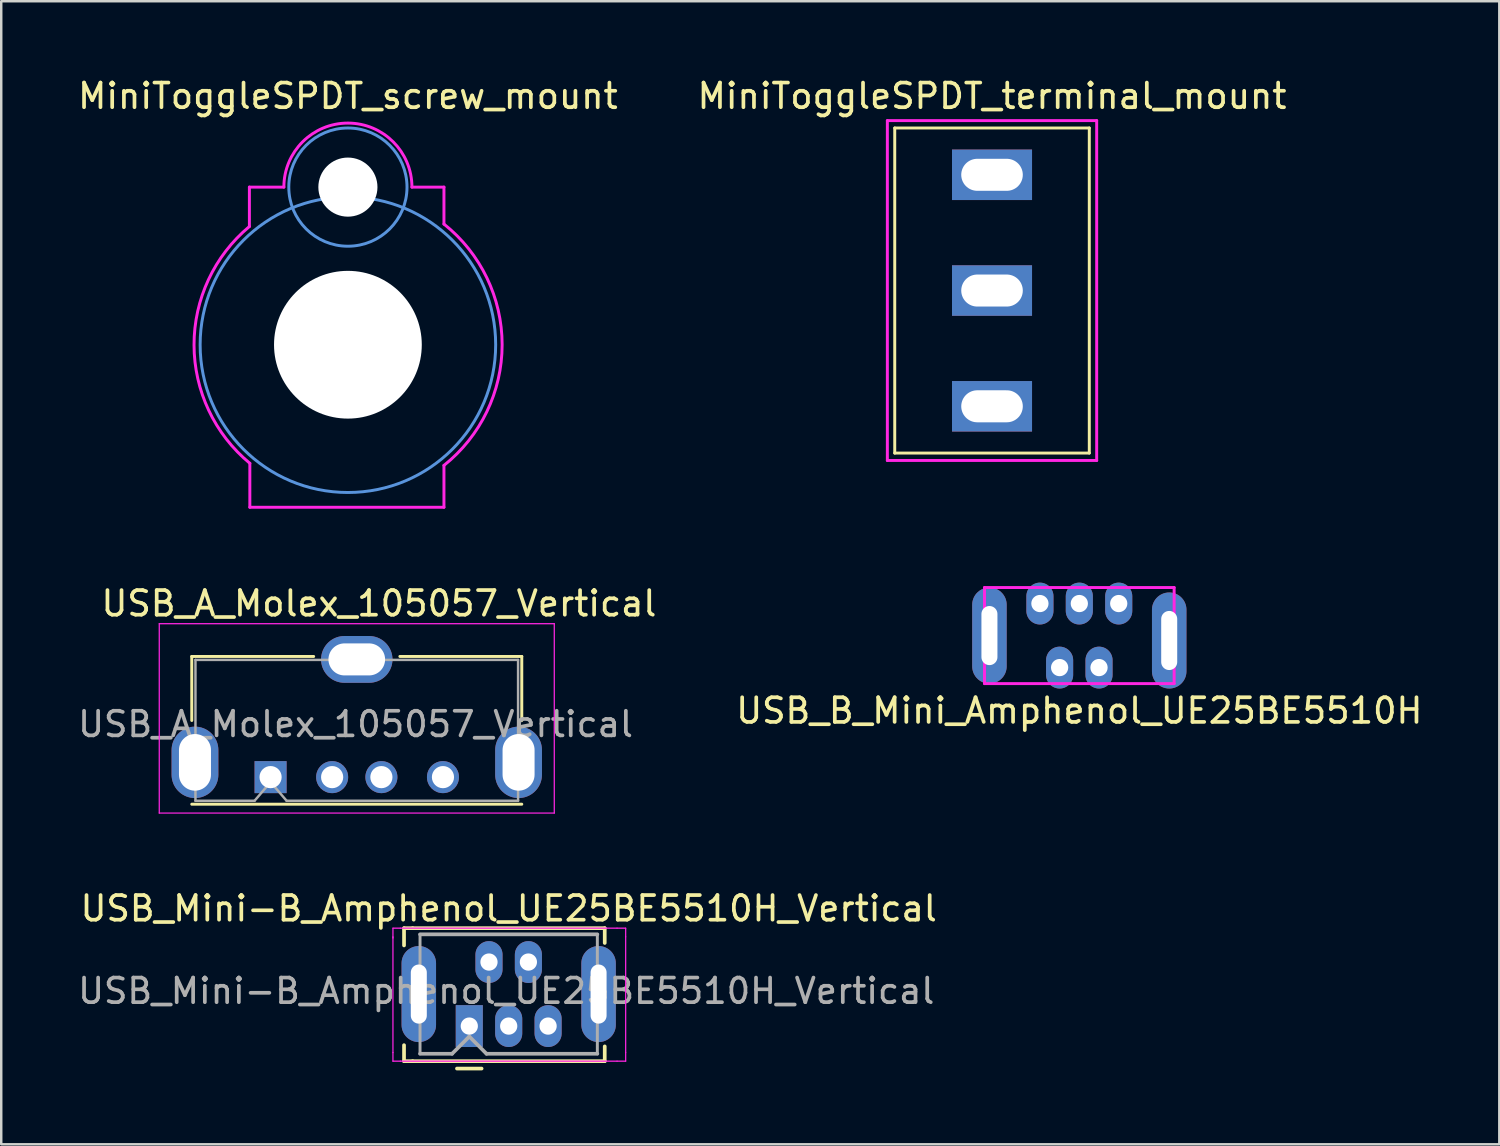
<source format=kicad_pcb>
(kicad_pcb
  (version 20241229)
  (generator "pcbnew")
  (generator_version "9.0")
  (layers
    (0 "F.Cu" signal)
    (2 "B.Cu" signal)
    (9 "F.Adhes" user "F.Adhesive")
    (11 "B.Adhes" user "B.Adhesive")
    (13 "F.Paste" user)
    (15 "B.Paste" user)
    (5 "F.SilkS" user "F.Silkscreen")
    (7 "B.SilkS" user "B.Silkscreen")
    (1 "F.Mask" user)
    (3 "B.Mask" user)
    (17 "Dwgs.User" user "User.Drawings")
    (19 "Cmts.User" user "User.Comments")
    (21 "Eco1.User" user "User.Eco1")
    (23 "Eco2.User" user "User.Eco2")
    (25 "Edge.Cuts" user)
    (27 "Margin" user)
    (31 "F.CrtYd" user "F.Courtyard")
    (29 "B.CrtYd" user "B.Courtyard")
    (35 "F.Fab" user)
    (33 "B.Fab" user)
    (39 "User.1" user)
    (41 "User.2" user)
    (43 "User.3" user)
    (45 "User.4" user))
  (footprint "USB_A_Molex_105057_Vertical"
    (layer "F.Cu")
    (at 7.937 28.506)
    (property "Reference" "USB_A_Molex_105057_Vertical" (at 4.4 -7.05 0) (layer "F.SilkS") (effects (font (size 1 1) (thickness 0.15))))
    (attr through_hole)
    (fp_line (start -3.2 -4.9) (end -3.2 -2.3) (stroke (width 0.12) (type solid)) (layer "F.SilkS"))
    (fp_line (start -3.2 -4.9) (end 1.75 -4.9) (stroke (width 0.12) (type solid)) (layer "F.SilkS"))
    (fp_line (start 10.2 -4.9) (end 5.25 -4.9) (stroke (width 0.12) (type solid)) (layer "F.SilkS"))
    (fp_line (start 10.2 -4.9) (end 10.2 -2.3) (stroke (width 0.12) (type solid)) (layer "F.SilkS"))
    (fp_line (start 10.2 1.1) (end -3.2 1.1) (stroke (width 0.12) (type solid)) (layer "F.SilkS"))
    (fp_line (start -4.52 -6.23) (end 11.52 -6.23) (stroke (width 0.05) (type solid)) (layer "F.CrtYd"))
    (fp_line (start -4.52 1.46) (end -4.52 -6.23) (stroke (width 0.05) (type solid)) (layer "F.CrtYd"))
    (fp_line (start 11.52 -6.23) (end 11.52 1.46) (stroke (width 0.05) (type solid)) (layer "F.CrtYd"))
    (fp_line (start 11.52 1.46) (end -4.52 1.46) (stroke (width 0.05) (type solid)) (layer "F.CrtYd"))
    (fp_line (start -3.05 -4.76) (end 10.05 -4.76) (stroke (width 0.1) (type solid)) (layer "F.Fab"))
    (fp_line (start -3.05 0.96) (end -3.05 -4.76) (stroke (width 0.1) (type solid)) (layer "F.Fab"))
    (fp_line (start -0.65 0.96) (end -3.05 0.96) (stroke (width 0.1) (type solid)) (layer "F.Fab"))
    (fp_line (start -0.65 0.96) (end 0 0.2) (stroke (width 0.1) (type solid)) (layer "F.Fab"))
    (fp_line (start 0 0.2) (end 0.65 0.96) (stroke (width 0.1) (type solid)) (layer "F.Fab"))
    (fp_line (start 10.05 -4.76) (end 10.05 0.96) (stroke (width 0.1) (type solid)) (layer "F.Fab"))
    (fp_line (start 10.05 0.96) (end 0.65 0.96) (stroke (width 0.1) (type solid)) (layer "F.Fab"))
    (fp_text user "${REFERENCE}" (at 3.45 -2.15 0) (layer "F.Fab") (effects (font (size 1 1) (thickness 0.15))))
    (pad "1" thru_hole rect (at 0 0) (size 1.3 1.3) (drill 0.9) (layers "*.Cu" "*.Mask"))
    (pad "2" thru_hole circle (at 2.5 0) (size 1.3 1.3) (drill 0.9) (layers "*.Cu" "*.Mask"))
    (pad "3" thru_hole circle (at 4.5 0) (size 1.3 1.3) (drill 0.9) (layers "*.Cu" "*.Mask"))
    (pad "4" thru_hole circle (at 7 0) (size 1.3 1.3) (drill 0.9) (layers "*.Cu" "*.Mask"))
    (pad "5" thru_hole oval (at -3.07 -0.6 180) (size 1.9 2.9) (drill oval 1.3 2.3) (layers "*.Cu" "*.Mask"))
    (pad "5" thru_hole oval (at 10.07 -0.6) (size 1.9 2.9) (drill oval 1.3 2.3) (layers "*.Cu" "*.Mask"))
    (pad "6" thru_hole oval (at 3.5 -4.78 90) (size 1.9 2.9) (drill oval 1.3 2.3) (layers "*.Cu" "*.Mask")))
  (footprint "USB_Mini-B_Amphenol_UE25BE5510H_Vertical"
    (layer "F.Cu")
    (at 16.006 38.19)
    (property "Reference" "USB_Mini-B_Amphenol_UE25BE5510H_Vertical" (at 1.6 -4.35 0) (layer "F.SilkS") (effects (font (size 1 1) (thickness 0.15))))
    (attr through_hole)
    (fp_line (start -2.65 -3.55) (end -2.65 -2.85) (stroke (width 0.15) (type solid)) (layer "F.SilkS"))
    (fp_line (start -2.65 1.85) (end -2.65 1.2) (stroke (width 0.15) (type solid)) (layer "F.SilkS"))
    (fp_line (start -2.3 -3.55) (end -2.65 -3.55) (stroke (width 0.15) (type solid)) (layer "F.SilkS"))
    (fp_line (start -2.3 -3.55) (end 5.5 -3.55) (stroke (width 0.15) (type solid)) (layer "F.SilkS"))
    (fp_line (start -2.3 1.85) (end -2.65 1.85) (stroke (width 0.15) (type solid)) (layer "F.SilkS"))
    (fp_line (start -2.3 1.85) (end 5.5 1.85) (stroke (width 0.15) (type solid)) (layer "F.SilkS"))
    (fp_line (start -0.5 2.15) (end 0.5 2.15) (stroke (width 0.15) (type solid)) (layer "F.SilkS"))
    (fp_line (start 5.5 -3.55) (end 5.5 -2.95) (stroke (width 0.15) (type solid)) (layer "F.SilkS"))
    (fp_line (start 5.5 1.85) (end 5.5 1.25) (stroke (width 0.15) (type solid)) (layer "F.SilkS"))
    (fp_line (start -3.1 -3.55) (end -3.1 -3.15) (stroke (width 0.05) (type solid)) (layer "F.CrtYd"))
    (fp_line (start -3.1 -3.2) (end -3.1 1.5) (stroke (width 0.05) (type solid)) (layer "F.CrtYd"))
    (fp_line (start -3.1 1.5) (end -3.1 1.85) (stroke (width 0.05) (type solid)) (layer "F.CrtYd"))
    (fp_line (start -3.1 1.85) (end -2.8 1.85) (stroke (width 0.05) (type solid)) (layer "F.CrtYd"))
    (fp_line (start -2.8 -3.55) (end -3.1 -3.55) (stroke (width 0.05) (type solid)) (layer "F.CrtYd"))
    (fp_line (start -2.8 1.85) (end 6 1.85) (stroke (width 0.05) (type solid)) (layer "F.CrtYd"))
    (fp_line (start 6 -3.55) (end -2.8 -3.55) (stroke (width 0.05) (type solid)) (layer "F.CrtYd"))
    (fp_line (start 6 -3.55) (end 6.35 -3.55) (stroke (width 0.05) (type solid)) (layer "F.CrtYd"))
    (fp_line (start 6 1.85) (end 6.35 1.85) (stroke (width 0.05) (type solid)) (layer "F.CrtYd"))
    (fp_line (start 6.35 -3.55) (end 6.35 -3.2) (stroke (width 0.05) (type solid)) (layer "F.CrtYd"))
    (fp_line (start 6.35 1.5) (end 6.35 -3.2) (stroke (width 0.05) (type solid)) (layer "F.CrtYd"))
    (fp_line (start 6.35 1.85) (end 6.35 1.5) (stroke (width 0.05) (type solid)) (layer "F.CrtYd"))
    (fp_line (start -2 -3.3) (end -2 1.55) (stroke (width 0.12) (type solid)) (layer "F.Fab"))
    (fp_line (start -2 1.55) (end -0.7 1.55) (stroke (width 0.15) (type solid)) (layer "F.Fab"))
    (fp_line (start -0.7 1.55) (end 0 0.85) (stroke (width 0.15) (type solid)) (layer "F.Fab"))
    (fp_line (start 0 0.85) (end 0.7 1.55) (stroke (width 0.15) (type solid)) (layer "F.Fab"))
    (fp_line (start 0.7 1.55) (end 5.2 1.55) (stroke (width 0.15) (type solid)) (layer "F.Fab"))
    (fp_line (start 5.2 -3.3) (end -2 -3.3) (stroke (width 0.15) (type solid)) (layer "F.Fab"))
    (fp_line (start 5.2 -3.3) (end 5.2 1.55) (stroke (width 0.12) (type solid)) (layer "F.Fab"))
    (fp_text user "${REFERENCE}" (at 1.5 -1 0) (layer "F.Fab") (effects (font (size 1 1) (thickness 0.15))))
    (pad "1" thru_hole rect (at 0 0.425) (size 1.1 1.7) (drill 0.7) (layers "*.Cu" "*.Mask"))
    (pad "2" thru_hole oval (at 0.8 -2.175) (size 1.1 1.7) (drill 0.7) (layers "*.Cu" "*.Mask"))
    (pad "3" thru_hole oval (at 1.6 0.425) (size 1.1 1.7) (drill 0.7) (layers "*.Cu" "*.Mask"))
    (pad "4" thru_hole oval (at 2.4 -2.175) (size 1.1 1.7) (drill 0.7) (layers "*.Cu" "*.Mask"))
    (pad "5" thru_hole oval (at 3.2 0.425) (size 1.1 1.7) (drill 0.7) (layers "*.Cu" "*.Mask"))
    (pad "6" thru_hole oval (at -2.05 -0.875) (size 1.4 3.9) (drill oval 0.65 2.4) (layers "*.Cu" "*.Mask"))
    (pad "6" thru_hole oval (at 5.25 -0.875) (size 1.4 3.9) (drill oval 0.65 2.4) (layers "*.Cu" "*.Mask")))
  (footprint "USB_B_Mini_Amphenol_UE25BE5510H"
    (layer "F.Cu")
    (at 40.777 22.758)
    (property "Reference" "USB_B_Mini_Amphenol_UE25BE5510H" (at 0 3.05 0) (layer "F.SilkS") (effects (font (size 1 1) (thickness 0.15))))
    (attr through_hole)
    (fp_line (start -3.85 -1.95) (end -3.85 1.95) (stroke (width 0.12) (type solid)) (layer "F.CrtYd"))
    (fp_line (start -3.85 1.95) (end 3.85 1.95) (stroke (width 0.12) (type solid)) (layer "F.CrtYd"))
    (fp_line (start 3.85 -1.95) (end -3.85 -1.95) (stroke (width 0.12) (type solid)) (layer "F.CrtYd"))
    (fp_line (start 3.85 1.95) (end 3.85 -1.95) (stroke (width 0.12) (type solid)) (layer "F.CrtYd"))
    (pad "1" thru_hole oval (at 1.6 -1.3) (size 1.1 1.7) (drill 0.7) (layers "*.Cu" "*.Mask"))
    (pad "2" thru_hole oval (at 0.8 1.3) (size 1.1 1.7) (drill 0.7) (layers "*.Cu" "*.Mask"))
    (pad "3" thru_hole oval (at 0 -1.3) (size 1.1 1.7) (drill 0.7) (layers "*.Cu" "*.Mask"))
    (pad "4" thru_hole oval (at -0.8 1.3) (size 1.1 1.7) (drill 0.7) (layers "*.Cu" "*.Mask"))
    (pad "5" thru_hole oval (at -1.6 -1.3) (size 1.1 1.7) (drill 0.7) (layers "*.Cu" "*.Mask"))
    (pad "6" thru_hole oval (at -3.65 0) (size 1.4 3.9) (drill oval 0.65 2.4) (layers "*.Cu" "*.Mask"))
    (pad "6" thru_hole oval (at 3.65 0.2) (size 1.4 3.9) (drill oval 0.65 2.4) (layers "*.Cu" "*.Mask")))
  (footprint "MiniToggleSPDT_terminal_mount"
    (layer "F.Cu")
    (at 37.232 8.748)
    (property "Reference" "MiniToggleSPDT_terminal_mount" (at 0 -7.9 0) (layer "F.SilkS") (effects (font (size 1 1) (thickness 0.15))))
    (attr through_hole)
    (fp_line (start -3.95 -6.6) (end -3.95 6.6) (stroke (width 0.12) (type solid)) (layer "F.SilkS"))
    (fp_line (start -3.95 6.6) (end 3.95 6.6) (stroke (width 0.12) (type solid)) (layer "F.SilkS"))
    (fp_line (start 3.95 -6.6) (end -3.95 -6.6) (stroke (width 0.12) (type solid)) (layer "F.SilkS"))
    (fp_line (start 3.95 6.6) (end 3.95 -6.6) (stroke (width 0.12) (type solid)) (layer "F.SilkS"))
    (fp_line (start -4.25 -6.9) (end -4.25 6.9) (stroke (width 0.12) (type solid)) (layer "F.CrtYd"))
    (fp_line (start -4.25 6.9) (end 4.25 6.9) (stroke (width 0.12) (type solid)) (layer "F.CrtYd"))
    (fp_line (start 4.25 -6.9) (end -4.25 -6.9) (stroke (width 0.12) (type solid)) (layer "F.CrtYd"))
    (fp_line (start 4.25 6.9) (end 4.25 -6.9) (stroke (width 0.12) (type solid)) (layer "F.CrtYd"))
    (pad "1" thru_hole rect (at 0 -4.7) (size 3.25 2.05) (drill oval 2.5 1.3) (layers "*.Cu" "*.Mask"))
    (pad "2" thru_hole rect (at 0 0) (size 3.25 2.05) (drill oval 2.5 1.3) (layers "*.Cu" "*.Mask"))
    (pad "3" thru_hole rect (at 0 4.7) (size 3.25 2.05) (drill oval 2.5 1.3) (layers "*.Cu" "*.Mask")))
  (footprint "MiniToggleSPDT_screw_mount"
    (layer "F.Cu")
    (at 11.077 10.948)
    (property "Reference" "MiniToggleSPDT_screw_mount" (at 0 -10.1 0) (layer "F.SilkS") (effects (font (size 1 1) (thickness 0.15))))
    (attr through_hole)
    (fp_circle (center 0 -6.4) (end 0 -4) (stroke (width 0.12) (type solid)) (fill no) (layer "Cmts.User"))
    (fp_circle (center 0 0) (end 0 6) (stroke (width 0.12) (type solid)) (fill no) (layer "Cmts.User"))
    (fp_line (start -4 -6.4) (end -4 -4.8) (stroke (width 0.12) (type solid)) (layer "F.CrtYd"))
    (fp_line (start -4 -6.4) (end -2.6 -6.4) (stroke (width 0.12) (type solid)) (layer "F.CrtYd"))
    (fp_line (start -3.982 4.815) (end -3.982 6.6) (stroke (width 0.12) (type solid)) (layer "F.CrtYd"))
    (fp_line (start -3.982 6.6) (end 3.9 6.6) (stroke (width 0.12) (type solid)) (layer "F.CrtYd"))
    (fp_line (start 2.6 -6.4) (end 3.9 -6.4) (stroke (width 0.12) (type solid)) (layer "F.CrtYd"))
    (fp_line (start 3.9 4.9) (end 3.9 6.6) (stroke (width 0.12) (type solid)) (layer "F.CrtYd"))
    (fp_line (start 3.9 -6.4) (end 3.9 -4.9) (stroke (width 0.12) (type solid)) (layer "F.CrtYd"))
    (fp_arc (start -3.981754 4.815144) (mid -6.248187 0.011856) (end -3.999999 -4.799999) (stroke (width 0.12) (type solid)) (layer "F.CrtYd"))
    (fp_arc (start -2.6 -6.4) (mid 0 -9) (end 2.6 -6.4) (stroke (width 0.12) (type solid)) (layer "F.CrtYd"))
    (fp_arc (start 3.899999 -4.899999) (mid 6.262586 0) (end 3.899999 4.899999) (stroke (width 0.12) (type solid)) (layer "F.CrtYd"))
    (pad "" np_thru_hole circle (at 0 -6.4) (size 2.4 2.4) (drill 2.4) (layers "*.Cu" "*.Mask"))
    (pad "" np_thru_hole circle (at 0 0) (size 6 6) (drill 6) (layers "*.Cu" "*.Mask")))
  (gr_rect
    (start -3 -3)
    (end 57.831 43.415)
    (stroke (width 0.1) (type default))
    (fill no)
    (layer "Edge.Cuts")))
</source>
